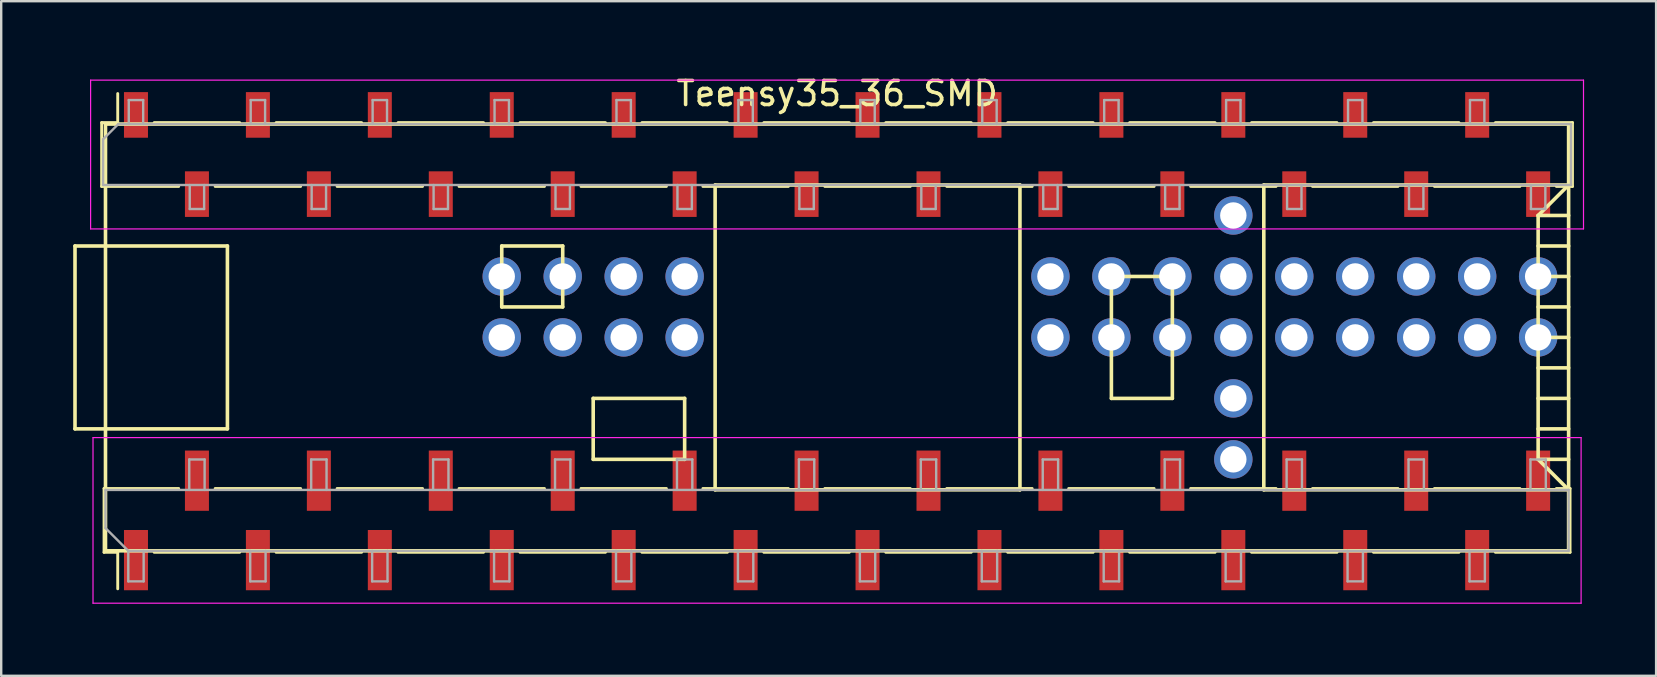
<source format=kicad_pcb>
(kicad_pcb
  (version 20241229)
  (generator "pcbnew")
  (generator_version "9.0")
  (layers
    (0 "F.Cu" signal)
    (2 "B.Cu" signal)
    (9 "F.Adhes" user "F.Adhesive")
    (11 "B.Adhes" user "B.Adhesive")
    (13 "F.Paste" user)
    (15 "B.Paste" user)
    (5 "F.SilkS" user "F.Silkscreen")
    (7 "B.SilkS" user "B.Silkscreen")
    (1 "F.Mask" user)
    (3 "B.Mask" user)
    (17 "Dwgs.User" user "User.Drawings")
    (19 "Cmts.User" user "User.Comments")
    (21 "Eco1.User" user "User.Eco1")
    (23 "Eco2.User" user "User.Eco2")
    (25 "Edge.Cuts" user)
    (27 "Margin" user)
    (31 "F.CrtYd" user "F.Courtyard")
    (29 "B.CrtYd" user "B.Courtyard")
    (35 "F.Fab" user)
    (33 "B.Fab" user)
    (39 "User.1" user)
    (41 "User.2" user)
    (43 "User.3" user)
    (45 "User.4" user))
  (footprint "Teensy35_36_SMD"
    (layer "F.Cu")
    (at 31.825 11.008)
    (property "Reference" "Teensy35_36_SMD" (at 0 -10.16 0) (layer "F.SilkS") (effects (font (size 1 1) (thickness 0.15))))
    (attr through_hole)
    (fp_line (start -31.75 -3.81) (end -30.48 -3.81) (stroke (width 0.15) (type solid)) (layer "F.SilkS"))
    (fp_line (start -31.75 3.81) (end -31.75 -3.81) (stroke (width 0.15) (type solid)) (layer "F.SilkS"))
    (fp_line (start -30.64 -8.95) (end -29.97 -8.95) (stroke (width 0.12) (type solid)) (layer "F.SilkS"))
    (fp_line (start -30.64 -6.29) (end -30.64 -8.95) (stroke (width 0.12) (type solid)) (layer "F.SilkS"))
    (fp_line (start -30.64 -6.29) (end -27.43 -6.29) (stroke (width 0.12) (type solid)) (layer "F.SilkS"))
    (fp_line (start -30.54 6.294) (end -27.43 6.294) (stroke (width 0.12) (type solid)) (layer "F.SilkS"))
    (fp_line (start -30.54 8.954) (end -30.54 6.294) (stroke (width 0.12) (type solid)) (layer "F.SilkS"))
    (fp_line (start -30.54 8.954) (end -29.97 8.954) (stroke (width 0.12) (type solid)) (layer "F.SilkS"))
    (fp_line (start -30.48 3.81) (end -31.75 3.81) (stroke (width 0.15) (type solid)) (layer "F.SilkS"))
    (fp_line (start -30.48 8.89) (end -30.48 -8.89) (stroke (width 0.15) (type solid)) (layer "F.SilkS"))
    (fp_line (start -30.48 8.89) (end 30.48 8.89) (stroke (width 0.15) (type solid)) (layer "F.SilkS"))
    (fp_line (start -29.97 -8.95) (end -29.97 -10.16) (stroke (width 0.12) (type solid)) (layer "F.SilkS"))
    (fp_line (start -29.97 8.954) (end -29.97 10.474) (stroke (width 0.12) (type solid)) (layer "F.SilkS"))
    (fp_line (start -28.45 -8.95) (end -24.89 -8.95) (stroke (width 0.12) (type solid)) (layer "F.SilkS"))
    (fp_line (start -28.45 8.954) (end -24.89 8.954) (stroke (width 0.12) (type solid)) (layer "F.SilkS"))
    (fp_line (start -25.91 -6.29) (end -22.35 -6.29) (stroke (width 0.12) (type solid)) (layer "F.SilkS"))
    (fp_line (start -25.91 6.294) (end -22.35 6.294) (stroke (width 0.12) (type solid)) (layer "F.SilkS"))
    (fp_line (start -25.4 -3.81) (end -30.48 -3.81) (stroke (width 0.15) (type solid)) (layer "F.SilkS"))
    (fp_line (start -25.4 3.81) (end -30.48 3.81) (stroke (width 0.15) (type solid)) (layer "F.SilkS"))
    (fp_line (start -25.4 3.81) (end -25.4 -3.81) (stroke (width 0.15) (type solid)) (layer "F.SilkS"))
    (fp_line (start -23.37 -8.95) (end -19.81 -8.95) (stroke (width 0.12) (type solid)) (layer "F.SilkS"))
    (fp_line (start -23.37 8.954) (end -19.81 8.954) (stroke (width 0.12) (type solid)) (layer "F.SilkS"))
    (fp_line (start -20.83 -6.29) (end -17.27 -6.29) (stroke (width 0.12) (type solid)) (layer "F.SilkS"))
    (fp_line (start -20.83 6.294) (end -17.27 6.294) (stroke (width 0.12) (type solid)) (layer "F.SilkS"))
    (fp_line (start -18.29 -8.95) (end -14.73 -8.95) (stroke (width 0.12) (type solid)) (layer "F.SilkS"))
    (fp_line (start -18.29 8.954) (end -14.73 8.954) (stroke (width 0.12) (type solid)) (layer "F.SilkS"))
    (fp_line (start -15.75 -6.29) (end -12.19 -6.29) (stroke (width 0.12) (type solid)) (layer "F.SilkS"))
    (fp_line (start -15.75 6.294) (end -12.19 6.294) (stroke (width 0.12) (type solid)) (layer "F.SilkS"))
    (fp_line (start -13.97 -3.81) (end -13.97 -1.27) (stroke (width 0.15) (type solid)) (layer "F.SilkS"))
    (fp_line (start -13.97 -1.27) (end -11.43 -1.27) (stroke (width 0.15) (type solid)) (layer "F.SilkS"))
    (fp_line (start -13.21 -8.95) (end -9.65 -8.95) (stroke (width 0.12) (type solid)) (layer "F.SilkS"))
    (fp_line (start -13.21 8.954) (end -9.65 8.954) (stroke (width 0.12) (type solid)) (layer "F.SilkS"))
    (fp_line (start -11.43 -3.81) (end -13.97 -3.81) (stroke (width 0.15) (type solid)) (layer "F.SilkS"))
    (fp_line (start -11.43 -1.27) (end -11.43 -3.81) (stroke (width 0.15) (type solid)) (layer "F.SilkS"))
    (fp_line (start -10.67 -6.29) (end -7.11 -6.29) (stroke (width 0.12) (type solid)) (layer "F.SilkS"))
    (fp_line (start -10.67 6.294) (end -7.11 6.294) (stroke (width 0.12) (type solid)) (layer "F.SilkS"))
    (fp_line (start -10.16 2.54) (end -6.35 2.54) (stroke (width 0.15) (type solid)) (layer "F.SilkS"))
    (fp_line (start -10.16 5.08) (end -10.16 2.54) (stroke (width 0.15) (type solid)) (layer "F.SilkS"))
    (fp_line (start -8.13 -8.95) (end -4.57 -8.95) (stroke (width 0.12) (type solid)) (layer "F.SilkS"))
    (fp_line (start -8.13 8.954) (end -4.57 8.954) (stroke (width 0.12) (type solid)) (layer "F.SilkS"))
    (fp_line (start -6.35 2.54) (end -6.35 5.08) (stroke (width 0.15) (type solid)) (layer "F.SilkS"))
    (fp_line (start -6.35 5.08) (end -10.16 5.08) (stroke (width 0.15) (type solid)) (layer "F.SilkS"))
    (fp_line (start -5.59 -6.29) (end -2.03 -6.29) (stroke (width 0.12) (type solid)) (layer "F.SilkS"))
    (fp_line (start -5.59 6.294) (end -2.03 6.294) (stroke (width 0.12) (type solid)) (layer "F.SilkS"))
    (fp_line (start -5.08 -6.35) (end -5.08 6.35) (stroke (width 0.15) (type solid)) (layer "F.SilkS"))
    (fp_line (start -5.08 -6.35) (end 7.62 -6.35) (stroke (width 0.15) (type solid)) (layer "F.SilkS"))
    (fp_line (start -5.08 6.35) (end 7.62 6.35) (stroke (width 0.15) (type solid)) (layer "F.SilkS"))
    (fp_line (start -3.05 -8.95) (end 0.51 -8.95) (stroke (width 0.12) (type solid)) (layer "F.SilkS"))
    (fp_line (start -3.05 8.954) (end 0.51 8.954) (stroke (width 0.12) (type solid)) (layer "F.SilkS"))
    (fp_line (start -0.51 -6.29) (end 3.05 -6.29) (stroke (width 0.12) (type solid)) (layer "F.SilkS"))
    (fp_line (start -0.51 6.294) (end 3.05 6.294) (stroke (width 0.12) (type solid)) (layer "F.SilkS"))
    (fp_line (start 2.03 -8.95) (end 5.59 -8.95) (stroke (width 0.12) (type solid)) (layer "F.SilkS"))
    (fp_line (start 2.03 8.954) (end 5.59 8.954) (stroke (width 0.12) (type solid)) (layer "F.SilkS"))
    (fp_line (start 4.57 -6.29) (end 8.13 -6.29) (stroke (width 0.12) (type solid)) (layer "F.SilkS"))
    (fp_line (start 4.57 6.294) (end 8.13 6.294) (stroke (width 0.12) (type solid)) (layer "F.SilkS"))
    (fp_line (start 7.11 -8.95) (end 10.67 -8.95) (stroke (width 0.12) (type solid)) (layer "F.SilkS"))
    (fp_line (start 7.11 8.954) (end 10.67 8.954) (stroke (width 0.12) (type solid)) (layer "F.SilkS"))
    (fp_line (start 7.62 6.35) (end 7.62 -6.35) (stroke (width 0.15) (type solid)) (layer "F.SilkS"))
    (fp_line (start 9.65 -6.29) (end 13.21 -6.29) (stroke (width 0.12) (type solid)) (layer "F.SilkS"))
    (fp_line (start 9.65 6.294) (end 13.21 6.294) (stroke (width 0.12) (type solid)) (layer "F.SilkS"))
    (fp_line (start 11.43 -2.54) (end 13.97 -2.54) (stroke (width 0.15) (type solid)) (layer "F.SilkS"))
    (fp_line (start 11.43 2.54) (end 11.43 -2.54) (stroke (width 0.15) (type solid)) (layer "F.SilkS"))
    (fp_line (start 12.19 -8.95) (end 15.75 -8.95) (stroke (width 0.12) (type solid)) (layer "F.SilkS"))
    (fp_line (start 12.19 8.954) (end 15.75 8.954) (stroke (width 0.12) (type solid)) (layer "F.SilkS"))
    (fp_line (start 13.97 -2.54) (end 13.97 2.54) (stroke (width 0.15) (type solid)) (layer "F.SilkS"))
    (fp_line (start 13.97 2.54) (end 11.43 2.54) (stroke (width 0.15) (type solid)) (layer "F.SilkS"))
    (fp_line (start 14.73 -6.29) (end 18.29 -6.29) (stroke (width 0.12) (type solid)) (layer "F.SilkS"))
    (fp_line (start 14.73 6.294) (end 18.29 6.294) (stroke (width 0.12) (type solid)) (layer "F.SilkS"))
    (fp_line (start 17.27 -8.95) (end 20.83 -8.95) (stroke (width 0.12) (type solid)) (layer "F.SilkS"))
    (fp_line (start 17.27 8.954) (end 20.83 8.954) (stroke (width 0.12) (type solid)) (layer "F.SilkS"))
    (fp_line (start 17.78 -6.35) (end 17.78 6.35) (stroke (width 0.15) (type solid)) (layer "F.SilkS"))
    (fp_line (start 17.78 6.35) (end 30.48 6.35) (stroke (width 0.15) (type solid)) (layer "F.SilkS"))
    (fp_line (start 19.81 -6.29) (end 23.37 -6.29) (stroke (width 0.12) (type solid)) (layer "F.SilkS"))
    (fp_line (start 19.81 6.294) (end 23.37 6.294) (stroke (width 0.12) (type solid)) (layer "F.SilkS"))
    (fp_line (start 22.35 -8.95) (end 25.91 -8.95) (stroke (width 0.12) (type solid)) (layer "F.SilkS"))
    (fp_line (start 22.35 8.954) (end 25.91 8.954) (stroke (width 0.12) (type solid)) (layer "F.SilkS"))
    (fp_line (start 24.89 -6.29) (end 28.45 -6.29) (stroke (width 0.12) (type solid)) (layer "F.SilkS"))
    (fp_line (start 24.89 6.294) (end 28.45 6.294) (stroke (width 0.12) (type solid)) (layer "F.SilkS"))
    (fp_line (start 27.43 -8.95) (end 30.64 -8.95) (stroke (width 0.12) (type solid)) (layer "F.SilkS"))
    (fp_line (start 27.43 8.954) (end 30.54 8.954) (stroke (width 0.12) (type solid)) (layer "F.SilkS"))
    (fp_line (start 29.21 -5.08) (end 30.48 -6.35) (stroke (width 0.15) (type solid)) (layer "F.SilkS"))
    (fp_line (start 29.21 -5.08) (end 30.48 -5.08) (stroke (width 0.15) (type solid)) (layer "F.SilkS"))
    (fp_line (start 29.21 -3.81) (end 30.48 -3.81) (stroke (width 0.15) (type solid)) (layer "F.SilkS"))
    (fp_line (start 29.21 -2.54) (end 30.48 -2.54) (stroke (width 0.15) (type solid)) (layer "F.SilkS"))
    (fp_line (start 29.21 -1.27) (end 30.48 -1.27) (stroke (width 0.15) (type solid)) (layer "F.SilkS"))
    (fp_line (start 29.21 0) (end 30.48 0) (stroke (width 0.15) (type solid)) (layer "F.SilkS"))
    (fp_line (start 29.21 1.27) (end 30.48 1.27) (stroke (width 0.15) (type solid)) (layer "F.SilkS"))
    (fp_line (start 29.21 2.54) (end 30.48 2.54) (stroke (width 0.15) (type solid)) (layer "F.SilkS"))
    (fp_line (start 29.21 3.81) (end 30.48 3.81) (stroke (width 0.15) (type solid)) (layer "F.SilkS"))
    (fp_line (start 29.21 5.08) (end 29.21 -5.08) (stroke (width 0.15) (type solid)) (layer "F.SilkS"))
    (fp_line (start 29.21 5.08) (end 30.48 5.08) (stroke (width 0.15) (type solid)) (layer "F.SilkS"))
    (fp_line (start 29.97 -6.29) (end 30.64 -6.29) (stroke (width 0.12) (type solid)) (layer "F.SilkS"))
    (fp_line (start 29.97 6.294) (end 30.54 6.294) (stroke (width 0.12) (type solid)) (layer "F.SilkS"))
    (fp_line (start 30.48 -8.89) (end -30.48 -8.89) (stroke (width 0.15) (type solid)) (layer "F.SilkS"))
    (fp_line (start 30.48 -8.89) (end 30.48 8.89) (stroke (width 0.15) (type solid)) (layer "F.SilkS"))
    (fp_line (start 30.48 -6.35) (end 17.78 -6.35) (stroke (width 0.15) (type solid)) (layer "F.SilkS"))
    (fp_line (start 30.48 6.35) (end 29.21 5.08) (stroke (width 0.15) (type solid)) (layer "F.SilkS"))
    (fp_line (start 30.54 8.954) (end 30.54 6.294) (stroke (width 0.12) (type solid)) (layer "F.SilkS"))
    (fp_line (start 30.64 -6.29) (end 30.64 -8.95) (stroke (width 0.12) (type solid)) (layer "F.SilkS"))
    (fp_line (start -31.1 -10.72) (end 31.1 -10.72) (stroke (width 0.05) (type solid)) (layer "F.CrtYd"))
    (fp_line (start -31.1 -4.52) (end -31.1 -10.72) (stroke (width 0.05) (type solid)) (layer "F.CrtYd"))
    (fp_line (start -31 4.174) (end -31 11.074) (stroke (width 0.05) (type solid)) (layer "F.CrtYd"))
    (fp_line (start -31 11.074) (end 31 11.074) (stroke (width 0.05) (type solid)) (layer "F.CrtYd"))
    (fp_line (start 31 4.174) (end -31 4.174) (stroke (width 0.05) (type solid)) (layer "F.CrtYd"))
    (fp_line (start 31 11.074) (end 31 4.174) (stroke (width 0.05) (type solid)) (layer "F.CrtYd"))
    (fp_line (start 31.1 -10.72) (end 31.1 -4.52) (stroke (width 0.05) (type solid)) (layer "F.CrtYd"))
    (fp_line (start 31.1 -4.52) (end -31.1 -4.52) (stroke (width 0.05) (type solid)) (layer "F.CrtYd"))
    (fp_line (start -30.58 -8.255) (end -29.945 -8.89) (stroke (width 0.1) (type solid)) (layer "F.Fab"))
    (fp_line (start -30.58 -6.35) (end -30.58 -8.255) (stroke (width 0.1) (type solid)) (layer "F.Fab"))
    (fp_line (start -30.48 6.354) (end 30.48 6.354) (stroke (width 0.1) (type solid)) (layer "F.Fab"))
    (fp_line (start -30.48 7.944) (end -30.48 6.354) (stroke (width 0.1) (type solid)) (layer "F.Fab"))
    (fp_line (start -29.945 -8.89) (end 30.58 -8.89) (stroke (width 0.1) (type solid)) (layer "F.Fab"))
    (fp_line (start -29.53 8.894) (end -30.48 7.944) (stroke (width 0.1) (type solid)) (layer "F.Fab"))
    (fp_line (start -29.53 8.894) (end -29.53 10.164) (stroke (width 0.1) (type solid)) (layer "F.Fab"))
    (fp_line (start -29.53 10.164) (end -28.89 10.164) (stroke (width 0.1) (type solid)) (layer "F.Fab"))
    (fp_line (start -29.51 -9.89) (end -28.91 -9.89) (stroke (width 0.1) (type solid)) (layer "F.Fab"))
    (fp_line (start -29.51 -8.89) (end -29.51 -9.89) (stroke (width 0.1) (type solid)) (layer "F.Fab"))
    (fp_line (start -28.91 -9.89) (end -28.91 -8.89) (stroke (width 0.1) (type solid)) (layer "F.Fab"))
    (fp_line (start -28.89 10.164) (end -28.89 8.894) (stroke (width 0.1) (type solid)) (layer "F.Fab"))
    (fp_line (start -26.99 5.084) (end -26.35 5.084) (stroke (width 0.1) (type solid)) (layer "F.Fab"))
    (fp_line (start -26.99 6.354) (end -26.99 5.084) (stroke (width 0.1) (type solid)) (layer "F.Fab"))
    (fp_line (start -26.97 -5.35) (end -26.97 -6.35) (stroke (width 0.1) (type solid)) (layer "F.Fab"))
    (fp_line (start -26.37 -6.35) (end -26.37 -5.35) (stroke (width 0.1) (type solid)) (layer "F.Fab"))
    (fp_line (start -26.37 -5.35) (end -26.97 -5.35) (stroke (width 0.1) (type solid)) (layer "F.Fab"))
    (fp_line (start -26.35 5.084) (end -26.35 6.354) (stroke (width 0.1) (type solid)) (layer "F.Fab"))
    (fp_line (start -24.45 8.894) (end -24.45 10.164) (stroke (width 0.1) (type solid)) (layer "F.Fab"))
    (fp_line (start -24.45 10.164) (end -23.81 10.164) (stroke (width 0.1) (type solid)) (layer "F.Fab"))
    (fp_line (start -24.43 -9.89) (end -23.83 -9.89) (stroke (width 0.1) (type solid)) (layer "F.Fab"))
    (fp_line (start -24.43 -8.89) (end -24.43 -9.89) (stroke (width 0.1) (type solid)) (layer "F.Fab"))
    (fp_line (start -23.83 -9.89) (end -23.83 -8.89) (stroke (width 0.1) (type solid)) (layer "F.Fab"))
    (fp_line (start -23.81 10.164) (end -23.81 8.894) (stroke (width 0.1) (type solid)) (layer "F.Fab"))
    (fp_line (start -21.91 5.084) (end -21.27 5.084) (stroke (width 0.1) (type solid)) (layer "F.Fab"))
    (fp_line (start -21.91 6.354) (end -21.91 5.084) (stroke (width 0.1) (type solid)) (layer "F.Fab"))
    (fp_line (start -21.89 -5.35) (end -21.89 -6.35) (stroke (width 0.1) (type solid)) (layer "F.Fab"))
    (fp_line (start -21.29 -6.35) (end -21.29 -5.35) (stroke (width 0.1) (type solid)) (layer "F.Fab"))
    (fp_line (start -21.29 -5.35) (end -21.89 -5.35) (stroke (width 0.1) (type solid)) (layer "F.Fab"))
    (fp_line (start -21.27 5.084) (end -21.27 6.354) (stroke (width 0.1) (type solid)) (layer "F.Fab"))
    (fp_line (start -19.37 8.894) (end -19.37 10.164) (stroke (width 0.1) (type solid)) (layer "F.Fab"))
    (fp_line (start -19.37 10.164) (end -18.73 10.164) (stroke (width 0.1) (type solid)) (layer "F.Fab"))
    (fp_line (start -19.35 -9.89) (end -18.75 -9.89) (stroke (width 0.1) (type solid)) (layer "F.Fab"))
    (fp_line (start -19.35 -8.89) (end -19.35 -9.89) (stroke (width 0.1) (type solid)) (layer "F.Fab"))
    (fp_line (start -18.75 -9.89) (end -18.75 -8.89) (stroke (width 0.1) (type solid)) (layer "F.Fab"))
    (fp_line (start -18.73 10.164) (end -18.73 8.894) (stroke (width 0.1) (type solid)) (layer "F.Fab"))
    (fp_line (start -16.83 5.084) (end -16.19 5.084) (stroke (width 0.1) (type solid)) (layer "F.Fab"))
    (fp_line (start -16.83 6.354) (end -16.83 5.084) (stroke (width 0.1) (type solid)) (layer "F.Fab"))
    (fp_line (start -16.81 -5.35) (end -16.81 -6.35) (stroke (width 0.1) (type solid)) (layer "F.Fab"))
    (fp_line (start -16.21 -6.35) (end -16.21 -5.35) (stroke (width 0.1) (type solid)) (layer "F.Fab"))
    (fp_line (start -16.21 -5.35) (end -16.81 -5.35) (stroke (width 0.1) (type solid)) (layer "F.Fab"))
    (fp_line (start -16.19 5.084) (end -16.19 6.354) (stroke (width 0.1) (type solid)) (layer "F.Fab"))
    (fp_line (start -14.29 8.894) (end -14.29 10.164) (stroke (width 0.1) (type solid)) (layer "F.Fab"))
    (fp_line (start -14.29 10.164) (end -13.65 10.164) (stroke (width 0.1) (type solid)) (layer "F.Fab"))
    (fp_line (start -14.27 -9.89) (end -13.67 -9.89) (stroke (width 0.1) (type solid)) (layer "F.Fab"))
    (fp_line (start -14.27 -8.89) (end -14.27 -9.89) (stroke (width 0.1) (type solid)) (layer "F.Fab"))
    (fp_line (start -13.67 -9.89) (end -13.67 -8.89) (stroke (width 0.1) (type solid)) (layer "F.Fab"))
    (fp_line (start -13.65 10.164) (end -13.65 8.894) (stroke (width 0.1) (type solid)) (layer "F.Fab"))
    (fp_line (start -11.75 5.084) (end -11.11 5.084) (stroke (width 0.1) (type solid)) (layer "F.Fab"))
    (fp_line (start -11.75 6.354) (end -11.75 5.084) (stroke (width 0.1) (type solid)) (layer "F.Fab"))
    (fp_line (start -11.73 -5.35) (end -11.73 -6.35) (stroke (width 0.1) (type solid)) (layer "F.Fab"))
    (fp_line (start -11.13 -6.35) (end -11.13 -5.35) (stroke (width 0.1) (type solid)) (layer "F.Fab"))
    (fp_line (start -11.13 -5.35) (end -11.73 -5.35) (stroke (width 0.1) (type solid)) (layer "F.Fab"))
    (fp_line (start -11.11 5.084) (end -11.11 6.354) (stroke (width 0.1) (type solid)) (layer "F.Fab"))
    (fp_line (start -9.21 8.894) (end -9.21 10.164) (stroke (width 0.1) (type solid)) (layer "F.Fab"))
    (fp_line (start -9.21 10.164) (end -8.57 10.164) (stroke (width 0.1) (type solid)) (layer "F.Fab"))
    (fp_line (start -9.19 -9.89) (end -8.59 -9.89) (stroke (width 0.1) (type solid)) (layer "F.Fab"))
    (fp_line (start -9.19 -8.89) (end -9.19 -9.89) (stroke (width 0.1) (type solid)) (layer "F.Fab"))
    (fp_line (start -8.59 -9.89) (end -8.59 -8.89) (stroke (width 0.1) (type solid)) (layer "F.Fab"))
    (fp_line (start -8.57 10.164) (end -8.57 8.894) (stroke (width 0.1) (type solid)) (layer "F.Fab"))
    (fp_line (start -6.67 5.084) (end -6.03 5.084) (stroke (width 0.1) (type solid)) (layer "F.Fab"))
    (fp_line (start -6.67 6.354) (end -6.67 5.084) (stroke (width 0.1) (type solid)) (layer "F.Fab"))
    (fp_line (start -6.65 -5.35) (end -6.65 -6.35) (stroke (width 0.1) (type solid)) (layer "F.Fab"))
    (fp_line (start -6.05 -6.35) (end -6.05 -5.35) (stroke (width 0.1) (type solid)) (layer "F.Fab"))
    (fp_line (start -6.05 -5.35) (end -6.65 -5.35) (stroke (width 0.1) (type solid)) (layer "F.Fab"))
    (fp_line (start -6.03 5.084) (end -6.03 6.354) (stroke (width 0.1) (type solid)) (layer "F.Fab"))
    (fp_line (start -4.13 8.894) (end -4.13 10.164) (stroke (width 0.1) (type solid)) (layer "F.Fab"))
    (fp_line (start -4.13 10.164) (end -3.49 10.164) (stroke (width 0.1) (type solid)) (layer "F.Fab"))
    (fp_line (start -4.11 -9.89) (end -3.51 -9.89) (stroke (width 0.1) (type solid)) (layer "F.Fab"))
    (fp_line (start -4.11 -8.89) (end -4.11 -9.89) (stroke (width 0.1) (type solid)) (layer "F.Fab"))
    (fp_line (start -3.51 -9.89) (end -3.51 -8.89) (stroke (width 0.1) (type solid)) (layer "F.Fab"))
    (fp_line (start -3.49 10.164) (end -3.49 8.894) (stroke (width 0.1) (type solid)) (layer "F.Fab"))
    (fp_line (start -1.59 5.084) (end -0.95 5.084) (stroke (width 0.1) (type solid)) (layer "F.Fab"))
    (fp_line (start -1.59 6.354) (end -1.59 5.084) (stroke (width 0.1) (type solid)) (layer "F.Fab"))
    (fp_line (start -1.57 -5.35) (end -1.57 -6.35) (stroke (width 0.1) (type solid)) (layer "F.Fab"))
    (fp_line (start -0.97 -6.35) (end -0.97 -5.35) (stroke (width 0.1) (type solid)) (layer "F.Fab"))
    (fp_line (start -0.97 -5.35) (end -1.57 -5.35) (stroke (width 0.1) (type solid)) (layer "F.Fab"))
    (fp_line (start -0.95 5.084) (end -0.95 6.354) (stroke (width 0.1) (type solid)) (layer "F.Fab"))
    (fp_line (start 0.95 8.894) (end 0.95 10.164) (stroke (width 0.1) (type solid)) (layer "F.Fab"))
    (fp_line (start 0.95 10.164) (end 1.59 10.164) (stroke (width 0.1) (type solid)) (layer "F.Fab"))
    (fp_line (start 0.97 -9.89) (end 1.57 -9.89) (stroke (width 0.1) (type solid)) (layer "F.Fab"))
    (fp_line (start 0.97 -8.89) (end 0.97 -9.89) (stroke (width 0.1) (type solid)) (layer "F.Fab"))
    (fp_line (start 1.57 -9.89) (end 1.57 -8.89) (stroke (width 0.1) (type solid)) (layer "F.Fab"))
    (fp_line (start 1.59 10.164) (end 1.59 8.894) (stroke (width 0.1) (type solid)) (layer "F.Fab"))
    (fp_line (start 3.49 5.084) (end 4.13 5.084) (stroke (width 0.1) (type solid)) (layer "F.Fab"))
    (fp_line (start 3.49 6.354) (end 3.49 5.084) (stroke (width 0.1) (type solid)) (layer "F.Fab"))
    (fp_line (start 3.51 -5.35) (end 3.51 -6.35) (stroke (width 0.1) (type solid)) (layer "F.Fab"))
    (fp_line (start 4.11 -6.35) (end 4.11 -5.35) (stroke (width 0.1) (type solid)) (layer "F.Fab"))
    (fp_line (start 4.11 -5.35) (end 3.51 -5.35) (stroke (width 0.1) (type solid)) (layer "F.Fab"))
    (fp_line (start 4.13 5.084) (end 4.13 6.354) (stroke (width 0.1) (type solid)) (layer "F.Fab"))
    (fp_line (start 6.03 8.894) (end 6.03 10.164) (stroke (width 0.1) (type solid)) (layer "F.Fab"))
    (fp_line (start 6.03 10.164) (end 6.67 10.164) (stroke (width 0.1) (type solid)) (layer "F.Fab"))
    (fp_line (start 6.05 -9.89) (end 6.65 -9.89) (stroke (width 0.1) (type solid)) (layer "F.Fab"))
    (fp_line (start 6.05 -8.89) (end 6.05 -9.89) (stroke (width 0.1) (type solid)) (layer "F.Fab"))
    (fp_line (start 6.65 -9.89) (end 6.65 -8.89) (stroke (width 0.1) (type solid)) (layer "F.Fab"))
    (fp_line (start 6.67 10.164) (end 6.67 8.894) (stroke (width 0.1) (type solid)) (layer "F.Fab"))
    (fp_line (start 8.57 5.084) (end 9.21 5.084) (stroke (width 0.1) (type solid)) (layer "F.Fab"))
    (fp_line (start 8.57 6.354) (end 8.57 5.084) (stroke (width 0.1) (type solid)) (layer "F.Fab"))
    (fp_line (start 8.59 -5.35) (end 8.59 -6.35) (stroke (width 0.1) (type solid)) (layer "F.Fab"))
    (fp_line (start 9.19 -6.35) (end 9.19 -5.35) (stroke (width 0.1) (type solid)) (layer "F.Fab"))
    (fp_line (start 9.19 -5.35) (end 8.59 -5.35) (stroke (width 0.1) (type solid)) (layer "F.Fab"))
    (fp_line (start 9.21 5.084) (end 9.21 6.354) (stroke (width 0.1) (type solid)) (layer "F.Fab"))
    (fp_line (start 11.11 8.894) (end 11.11 10.164) (stroke (width 0.1) (type solid)) (layer "F.Fab"))
    (fp_line (start 11.11 10.164) (end 11.75 10.164) (stroke (width 0.1) (type solid)) (layer "F.Fab"))
    (fp_line (start 11.13 -9.89) (end 11.73 -9.89) (stroke (width 0.1) (type solid)) (layer "F.Fab"))
    (fp_line (start 11.13 -8.89) (end 11.13 -9.89) (stroke (width 0.1) (type solid)) (layer "F.Fab"))
    (fp_line (start 11.73 -9.89) (end 11.73 -8.89) (stroke (width 0.1) (type solid)) (layer "F.Fab"))
    (fp_line (start 11.75 10.164) (end 11.75 8.894) (stroke (width 0.1) (type solid)) (layer "F.Fab"))
    (fp_line (start 13.65 5.084) (end 14.29 5.084) (stroke (width 0.1) (type solid)) (layer "F.Fab"))
    (fp_line (start 13.65 6.354) (end 13.65 5.084) (stroke (width 0.1) (type solid)) (layer "F.Fab"))
    (fp_line (start 13.67 -5.35) (end 13.67 -6.35) (stroke (width 0.1) (type solid)) (layer "F.Fab"))
    (fp_line (start 14.27 -6.35) (end 14.27 -5.35) (stroke (width 0.1) (type solid)) (layer "F.Fab"))
    (fp_line (start 14.27 -5.35) (end 13.67 -5.35) (stroke (width 0.1) (type solid)) (layer "F.Fab"))
    (fp_line (start 14.29 5.084) (end 14.29 6.354) (stroke (width 0.1) (type solid)) (layer "F.Fab"))
    (fp_line (start 16.19 8.894) (end 16.19 10.164) (stroke (width 0.1) (type solid)) (layer "F.Fab"))
    (fp_line (start 16.19 10.164) (end 16.83 10.164) (stroke (width 0.1) (type solid)) (layer "F.Fab"))
    (fp_line (start 16.21 -9.89) (end 16.81 -9.89) (stroke (width 0.1) (type solid)) (layer "F.Fab"))
    (fp_line (start 16.21 -8.89) (end 16.21 -9.89) (stroke (width 0.1) (type solid)) (layer "F.Fab"))
    (fp_line (start 16.81 -9.89) (end 16.81 -8.89) (stroke (width 0.1) (type solid)) (layer "F.Fab"))
    (fp_line (start 16.83 10.164) (end 16.83 8.894) (stroke (width 0.1) (type solid)) (layer "F.Fab"))
    (fp_line (start 18.73 5.084) (end 19.37 5.084) (stroke (width 0.1) (type solid)) (layer "F.Fab"))
    (fp_line (start 18.73 6.354) (end 18.73 5.084) (stroke (width 0.1) (type solid)) (layer "F.Fab"))
    (fp_line (start 18.75 -5.35) (end 18.75 -6.35) (stroke (width 0.1) (type solid)) (layer "F.Fab"))
    (fp_line (start 19.35 -6.35) (end 19.35 -5.35) (stroke (width 0.1) (type solid)) (layer "F.Fab"))
    (fp_line (start 19.35 -5.35) (end 18.75 -5.35) (stroke (width 0.1) (type solid)) (layer "F.Fab"))
    (fp_line (start 19.37 5.084) (end 19.37 6.354) (stroke (width 0.1) (type solid)) (layer "F.Fab"))
    (fp_line (start 21.27 8.894) (end 21.27 10.164) (stroke (width 0.1) (type solid)) (layer "F.Fab"))
    (fp_line (start 21.27 10.164) (end 21.91 10.164) (stroke (width 0.1) (type solid)) (layer "F.Fab"))
    (fp_line (start 21.29 -9.89) (end 21.89 -9.89) (stroke (width 0.1) (type solid)) (layer "F.Fab"))
    (fp_line (start 21.29 -8.89) (end 21.29 -9.89) (stroke (width 0.1) (type solid)) (layer "F.Fab"))
    (fp_line (start 21.89 -9.89) (end 21.89 -8.89) (stroke (width 0.1) (type solid)) (layer "F.Fab"))
    (fp_line (start 21.91 10.164) (end 21.91 8.894) (stroke (width 0.1) (type solid)) (layer "F.Fab"))
    (fp_line (start 23.81 5.084) (end 24.45 5.084) (stroke (width 0.1) (type solid)) (layer "F.Fab"))
    (fp_line (start 23.81 6.354) (end 23.81 5.084) (stroke (width 0.1) (type solid)) (layer "F.Fab"))
    (fp_line (start 23.83 -5.35) (end 23.83 -6.35) (stroke (width 0.1) (type solid)) (layer "F.Fab"))
    (fp_line (start 24.43 -6.35) (end 24.43 -5.35) (stroke (width 0.1) (type solid)) (layer "F.Fab"))
    (fp_line (start 24.43 -5.35) (end 23.83 -5.35) (stroke (width 0.1) (type solid)) (layer "F.Fab"))
    (fp_line (start 24.45 5.084) (end 24.45 6.354) (stroke (width 0.1) (type solid)) (layer "F.Fab"))
    (fp_line (start 26.35 8.894) (end 26.35 10.164) (stroke (width 0.1) (type solid)) (layer "F.Fab"))
    (fp_line (start 26.35 10.164) (end 26.99 10.164) (stroke (width 0.1) (type solid)) (layer "F.Fab"))
    (fp_line (start 26.37 -9.89) (end 26.97 -9.89) (stroke (width 0.1) (type solid)) (layer "F.Fab"))
    (fp_line (start 26.37 -8.89) (end 26.37 -9.89) (stroke (width 0.1) (type solid)) (layer "F.Fab"))
    (fp_line (start 26.97 -9.89) (end 26.97 -8.89) (stroke (width 0.1) (type solid)) (layer "F.Fab"))
    (fp_line (start 26.99 10.164) (end 26.99 8.894) (stroke (width 0.1) (type solid)) (layer "F.Fab"))
    (fp_line (start 28.89 5.084) (end 29.53 5.084) (stroke (width 0.1) (type solid)) (layer "F.Fab"))
    (fp_line (start 28.89 6.354) (end 28.89 5.084) (stroke (width 0.1) (type solid)) (layer "F.Fab"))
    (fp_line (start 28.91 -5.35) (end 28.91 -6.35) (stroke (width 0.1) (type solid)) (layer "F.Fab"))
    (fp_line (start 29.51 -6.35) (end 29.51 -5.35) (stroke (width 0.1) (type solid)) (layer "F.Fab"))
    (fp_line (start 29.51 -5.35) (end 28.91 -5.35) (stroke (width 0.1) (type solid)) (layer "F.Fab"))
    (fp_line (start 29.53 5.084) (end 29.53 6.354) (stroke (width 0.1) (type solid)) (layer "F.Fab"))
    (fp_line (start 30.48 6.354) (end 30.48 8.894) (stroke (width 0.1) (type solid)) (layer "F.Fab"))
    (fp_line (start 30.48 8.894) (end -29.53 8.894) (stroke (width 0.1) (type solid)) (layer "F.Fab"))
    (fp_line (start 30.58 -8.89) (end 30.58 -6.35) (stroke (width 0.1) (type solid)) (layer "F.Fab"))
    (fp_line (start 30.58 -6.35) (end -30.58 -6.35) (stroke (width 0.1) (type solid)) (layer "F.Fab"))
    (pad "1" smd rect (at -29.21 9.279 90) (size 2.51 1) (layers "F.Cu" "F.Mask" "F.Paste"))
    (pad "2" smd rect (at -26.67 5.969 90) (size 2.51 1) (layers "F.Cu" "F.Mask" "F.Paste"))
    (pad "3" smd rect (at -24.13 9.279 90) (size 2.51 1) (layers "F.Cu" "F.Mask" "F.Paste"))
    (pad "4" smd rect (at -21.59 5.969 90) (size 2.51 1) (layers "F.Cu" "F.Mask" "F.Paste"))
    (pad "5" smd rect (at -19.05 9.279 90) (size 2.51 1) (layers "F.Cu" "F.Mask" "F.Paste"))
    (pad "6" smd rect (at -16.51 5.969 90) (size 2.51 1) (layers "F.Cu" "F.Mask" "F.Paste"))
    (pad "7" smd rect (at -13.97 9.279 90) (size 2.51 1) (layers "F.Cu" "F.Mask" "F.Paste"))
    (pad "8" smd rect (at -11.43 5.969 90) (size 2.51 1) (layers "F.Cu" "F.Mask" "F.Paste"))
    (pad "9" smd rect (at -8.89 9.279 90) (size 2.51 1) (layers "F.Cu" "F.Mask" "F.Paste"))
    (pad "10" smd rect (at -6.35 5.969 90) (size 2.51 1) (layers "F.Cu" "F.Mask" "F.Paste"))
    (pad "11" smd rect (at -3.81 9.279 90) (size 2.51 1) (layers "F.Cu" "F.Mask" "F.Paste"))
    (pad "12" smd rect (at -1.27 5.969 90) (size 2.51 1) (layers "F.Cu" "F.Mask" "F.Paste"))
    (pad "13" smd rect (at 1.27 9.279 90) (size 2.51 1) (layers "F.Cu" "F.Mask" "F.Paste"))
    (pad "14" smd rect (at 3.81 5.969 90) (size 2.51 1) (layers "F.Cu" "F.Mask" "F.Paste"))
    (pad "15" smd rect (at 6.35 9.279 90) (size 2.51 1) (layers "F.Cu" "F.Mask" "F.Paste"))
    (pad "16" smd rect (at 8.89 5.969 90) (size 2.51 1) (layers "F.Cu" "F.Mask" "F.Paste"))
    (pad "17" smd rect (at 11.43 9.279 90) (size 2.51 1) (layers "F.Cu" "F.Mask" "F.Paste"))
    (pad "18" smd rect (at 13.97 5.969 90) (size 2.51 1) (layers "F.Cu" "F.Mask" "F.Paste"))
    (pad "19" smd rect (at 16.51 9.279 90) (size 2.51 1) (layers "F.Cu" "F.Mask" "F.Paste"))
    (pad "20" smd rect (at 19.05 5.969 90) (size 2.51 1) (layers "F.Cu" "F.Mask" "F.Paste"))
    (pad "21" smd rect (at 21.59 9.279 90) (size 2.51 1) (layers "F.Cu" "F.Mask" "F.Paste"))
    (pad "22" smd rect (at 24.13 5.969 90) (size 2.51 1) (layers "F.Cu" "F.Mask" "F.Paste"))
    (pad "23" smd rect (at 26.67 9.279 90) (size 2.51 1) (layers "F.Cu" "F.Mask" "F.Paste"))
    (pad "24" smd rect (at 29.21 5.969 90) (size 2.51 1) (layers "F.Cu" "F.Mask" "F.Paste"))
    (pad "25" thru_hole circle (at 16.51 5.08) (size 1.6 1.6) (drill 1.1) (layers "*.Cu" "*.Mask"))
    (pad "26" thru_hole circle (at 16.51 2.54) (size 1.6 1.6) (drill 1.1) (layers "*.Cu" "*.Mask"))
    (pad "27" thru_hole circle (at 16.51 0) (size 1.6 1.6) (drill 1.1) (layers "*.Cu" "*.Mask"))
    (pad "28" thru_hole circle (at 16.51 -2.54) (size 1.6 1.6) (drill 1.1) (layers "*.Cu" "*.Mask"))
    (pad "29" thru_hole circle (at 16.51 -5.08) (size 1.6 1.6) (drill 1.1) (layers "*.Cu" "*.Mask"))
    (pad "30" smd rect (at 29.21 -5.97 90) (size 1.9 1) (layers "F.Cu" "F.Mask" "F.Paste"))
    (pad "31" smd rect (at 26.67 -9.27 90) (size 1.9 1) (layers "F.Cu" "F.Mask" "F.Paste"))
    (pad "32" smd rect (at 24.13 -5.97 90) (size 1.9 1) (layers "F.Cu" "F.Mask" "F.Paste"))
    (pad "33" smd rect (at 21.59 -9.27 90) (size 1.9 1) (layers "F.Cu" "F.Mask" "F.Paste"))
    (pad "34" smd rect (at 19.05 -5.97 90) (size 1.9 1) (layers "F.Cu" "F.Mask" "F.Paste"))
    (pad "35" smd rect (at 16.51 -9.27 90) (size 1.9 1) (layers "F.Cu" "F.Mask" "F.Paste"))
    (pad "36" smd rect (at 13.97 -5.97 90) (size 1.9 1) (layers "F.Cu" "F.Mask" "F.Paste"))
    (pad "37" smd rect (at 11.43 -9.27 90) (size 1.9 1) (layers "F.Cu" "F.Mask" "F.Paste"))
    (pad "38" smd rect (at 8.89 -5.97 90) (size 1.9 1) (layers "F.Cu" "F.Mask" "F.Paste"))
    (pad "39" smd rect (at 6.35 -9.27 90) (size 1.9 1) (layers "F.Cu" "F.Mask" "F.Paste"))
    (pad "40" smd rect (at 3.81 -5.97 90) (size 1.9 1) (layers "F.Cu" "F.Mask" "F.Paste"))
    (pad "41" smd rect (at 1.27 -9.27 90) (size 1.9 1) (layers "F.Cu" "F.Mask" "F.Paste"))
    (pad "42" smd rect (at -1.27 -5.97 90) (size 1.9 1) (layers "F.Cu" "F.Mask" "F.Paste"))
    (pad "43" smd rect (at -3.81 -9.27 90) (size 1.9 1) (layers "F.Cu" "F.Mask" "F.Paste"))
    (pad "44" smd rect (at -6.35 -5.97 90) (size 1.9 1) (layers "F.Cu" "F.Mask" "F.Paste"))
    (pad "45" smd rect (at -8.89 -9.27 90) (size 1.9 1) (layers "F.Cu" "F.Mask" "F.Paste"))
    (pad "46" smd rect (at -11.43 -5.97 90) (size 1.9 1) (layers "F.Cu" "F.Mask" "F.Paste"))
    (pad "47" smd rect (at -13.97 -9.27 90) (size 1.9 1) (layers "F.Cu" "F.Mask" "F.Paste"))
    (pad "48" smd rect (at -16.51 -5.97 90) (size 1.9 1) (layers "F.Cu" "F.Mask" "F.Paste"))
    (pad "49" smd rect (at -19.05 -9.27 90) (size 1.9 1) (layers "F.Cu" "F.Mask" "F.Paste"))
    (pad "50" smd rect (at -21.59 -5.97 90) (size 1.9 1) (layers "F.Cu" "F.Mask" "F.Paste"))
    (pad "51" smd rect (at -24.13 -9.27 90) (size 1.9 1) (layers "F.Cu" "F.Mask" "F.Paste"))
    (pad "52" smd rect (at -26.67 -5.97 90) (size 1.9 1) (layers "F.Cu" "F.Mask" "F.Paste"))
    (pad "53" smd rect (at -29.21 -9.27 90) (size 1.9 1) (layers "F.Cu" "F.Mask" "F.Paste"))
    (pad "63" thru_hole circle (at -13.97 0) (size 1.6 1.6) (drill 1.1) (layers "*.Cu" "*.Mask"))
    (pad "64" thru_hole circle (at -11.43 0) (size 1.6 1.6) (drill 1.1) (layers "*.Cu" "*.Mask"))
    (pad "65" thru_hole circle (at -8.89 0) (size 1.6 1.6) (drill 1.1) (layers "*.Cu" "*.Mask"))
    (pad "66" thru_hole circle (at -6.35 0) (size 1.6 1.6) (drill 1.1) (layers "*.Cu" "*.Mask"))
    (pad "67" thru_hole circle (at 8.89 0) (size 1.6 1.6) (drill 1.1) (layers "*.Cu" "*.Mask"))
    (pad "68" thru_hole circle (at 11.43 0) (size 1.6 1.6) (drill 1.1) (layers "*.Cu" "*.Mask"))
    (pad "69" thru_hole circle (at 13.97 0) (size 1.6 1.6) (drill 1.1) (layers "*.Cu" "*.Mask"))
    (pad "70" thru_hole circle (at 19.05 0) (size 1.6 1.6) (drill 1.1) (layers "*.Cu" "*.Mask"))
    (pad "71" thru_hole circle (at 21.59 0) (size 1.6 1.6) (drill 1.1) (layers "*.Cu" "*.Mask"))
    (pad "72" thru_hole circle (at 24.13 0) (size 1.6 1.6) (drill 1.1) (layers "*.Cu" "*.Mask"))
    (pad "73" thru_hole circle (at 26.67 0) (size 1.6 1.6) (drill 1.1) (layers "*.Cu" "*.Mask"))
    (pad "74" thru_hole circle (at 29.21 0) (size 1.6 1.6) (drill 1.1) (layers "*.Cu" "*.Mask"))
    (pad "75" thru_hole circle (at 29.21 -2.54) (size 1.6 1.6) (drill 1.1) (layers "*.Cu" "*.Mask"))
    (pad "76" thru_hole circle (at 26.67 -2.54) (size 1.6 1.6) (drill 1.1) (layers "*.Cu" "*.Mask"))
    (pad "77" thru_hole circle (at 24.13 -2.54) (size 1.6 1.6) (drill 1.1) (layers "*.Cu" "*.Mask"))
    (pad "78" thru_hole circle (at 21.59 -2.54) (size 1.6 1.6) (drill 1.1) (layers "*.Cu" "*.Mask"))
    (pad "79" thru_hole circle (at 19.05 -2.54) (size 1.6 1.6) (drill 1.1) (layers "*.Cu" "*.Mask"))
    (pad "80" thru_hole circle (at 13.97 -2.54) (size 1.6 1.6) (drill 1.1) (layers "*.Cu" "*.Mask"))
    (pad "81" thru_hole circle (at 11.43 -2.54) (size 1.6 1.6) (drill 1.1) (layers "*.Cu" "*.Mask"))
    (pad "82" thru_hole circle (at 8.89 -2.54) (size 1.6 1.6) (drill 1.1) (layers "*.Cu" "*.Mask"))
    (pad "83" thru_hole circle (at -6.35 -2.54) (size 1.6 1.6) (drill 1.1) (layers "*.Cu" "*.Mask"))
    (pad "84" thru_hole circle (at -8.89 -2.54) (size 1.6 1.6) (drill 1.1) (layers "*.Cu" "*.Mask"))
    (pad "85" thru_hole circle (at -11.43 -2.54) (size 1.6 1.6) (drill 1.1) (layers "*.Cu" "*.Mask"))
    (pad "86" thru_hole circle (at -13.97 -2.54) (size 1.6 1.6) (drill 1.1) (layers "*.Cu" "*.Mask")))
  (gr_rect
    (start -3 -3)
    (end 65.95 25.107)
    (stroke (width 0.1) (type default))
    (fill no)
    (layer "Edge.Cuts")))
</source>
